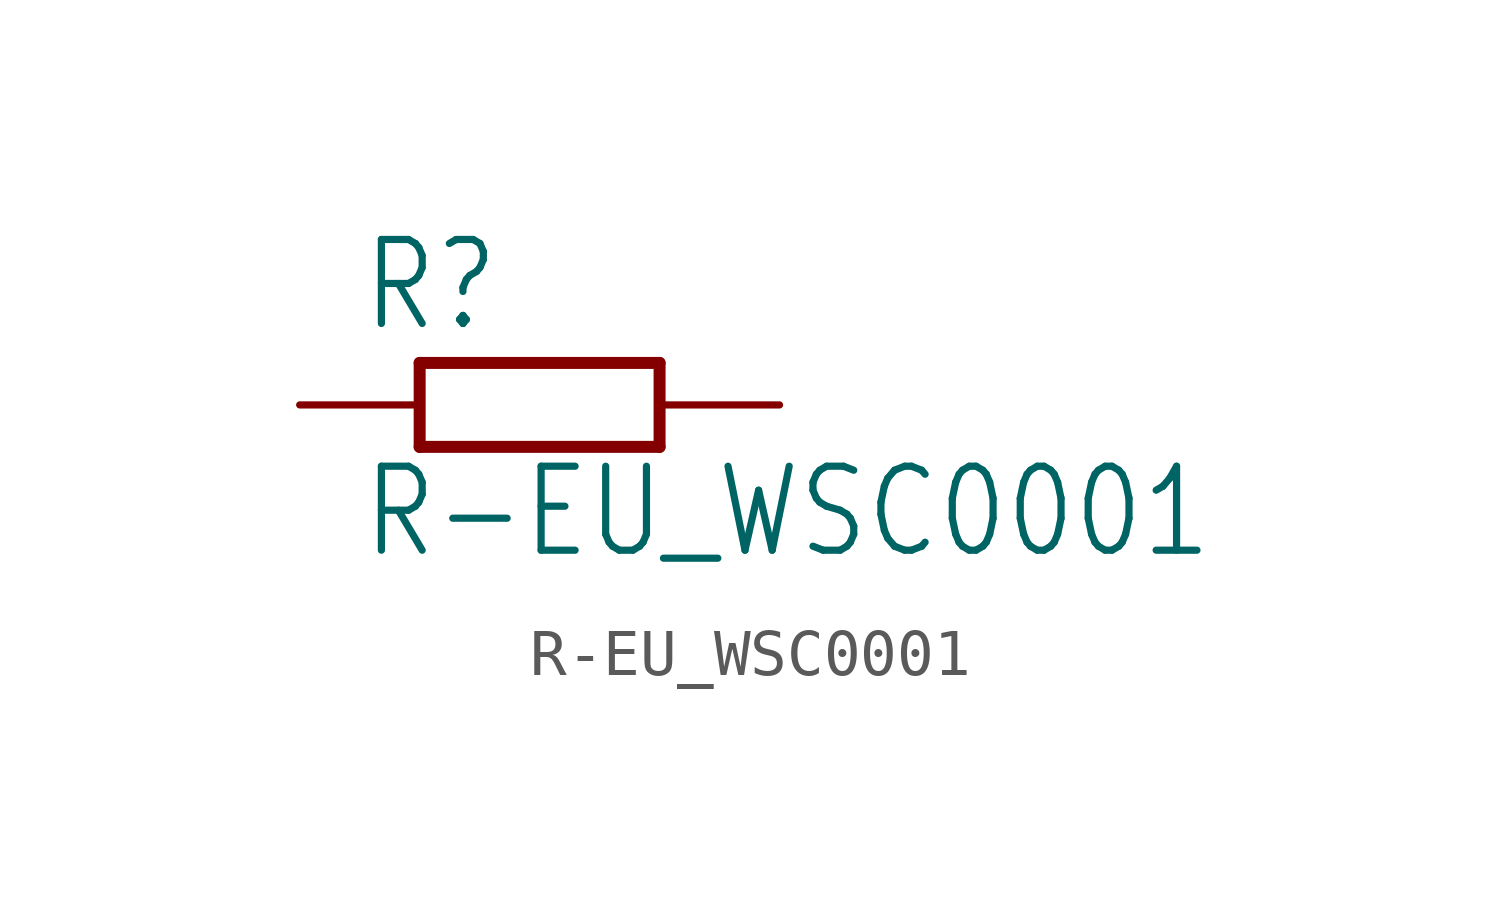
<source format=kicad_sym>
(kicad_symbol_lib
  (version 20211014)
  (generator kicad_symbol_editor)
  (symbol "R-EU_WSC0001"
    (property "Reference" "R"
      (at -3.81 1.499 0)
      (effects (font (size 1.778 1.511)) (justify left bottom)))
    (property "Value" "R-EU_WSC0001"
      (at -3.81 -3.302 0)
      (effects (font (size 1.778 1.511)) (justify left bottom)))
    (property "ki_locked" ""
      (at 0 0 0)
      (effects (font (size 1.27 1.27))))
    (symbol "R-EU_WSC0001_1_0"
      (polyline (pts (xy -2.54 -0.889) (xy -2.54 0.889)) (stroke (width 0.254) (type default) (color 0 0 0 0)) (fill (type none)))
      (polyline (pts (xy -2.54 -0.889) (xy 2.54 -0.889)) (stroke (width 0.254) (type default) (color 0 0 0 0)) (fill (type none)))
      (polyline (pts (xy 2.54 -0.889) (xy 2.54 0.889)) (stroke (width 0.254) (type default) (color 0 0 0 0)) (fill (type none)))
      (polyline (pts (xy 2.54 0.889) (xy -2.54 0.889)) (stroke (width 0.254) (type default) (color 0 0 0 0)) (fill (type none)))
      (pin passive line (at -5.08 0 0) (length 2.54) (name "1" (effects (font (size 0 0)))) (number "1" (effects (font (size 0 0)))))
      (pin passive line (at 5.08 0 180) (length 2.54) (name "2" (effects (font (size 0 0)))) (number "2" (effects (font (size 0 0))))))))
</source>
